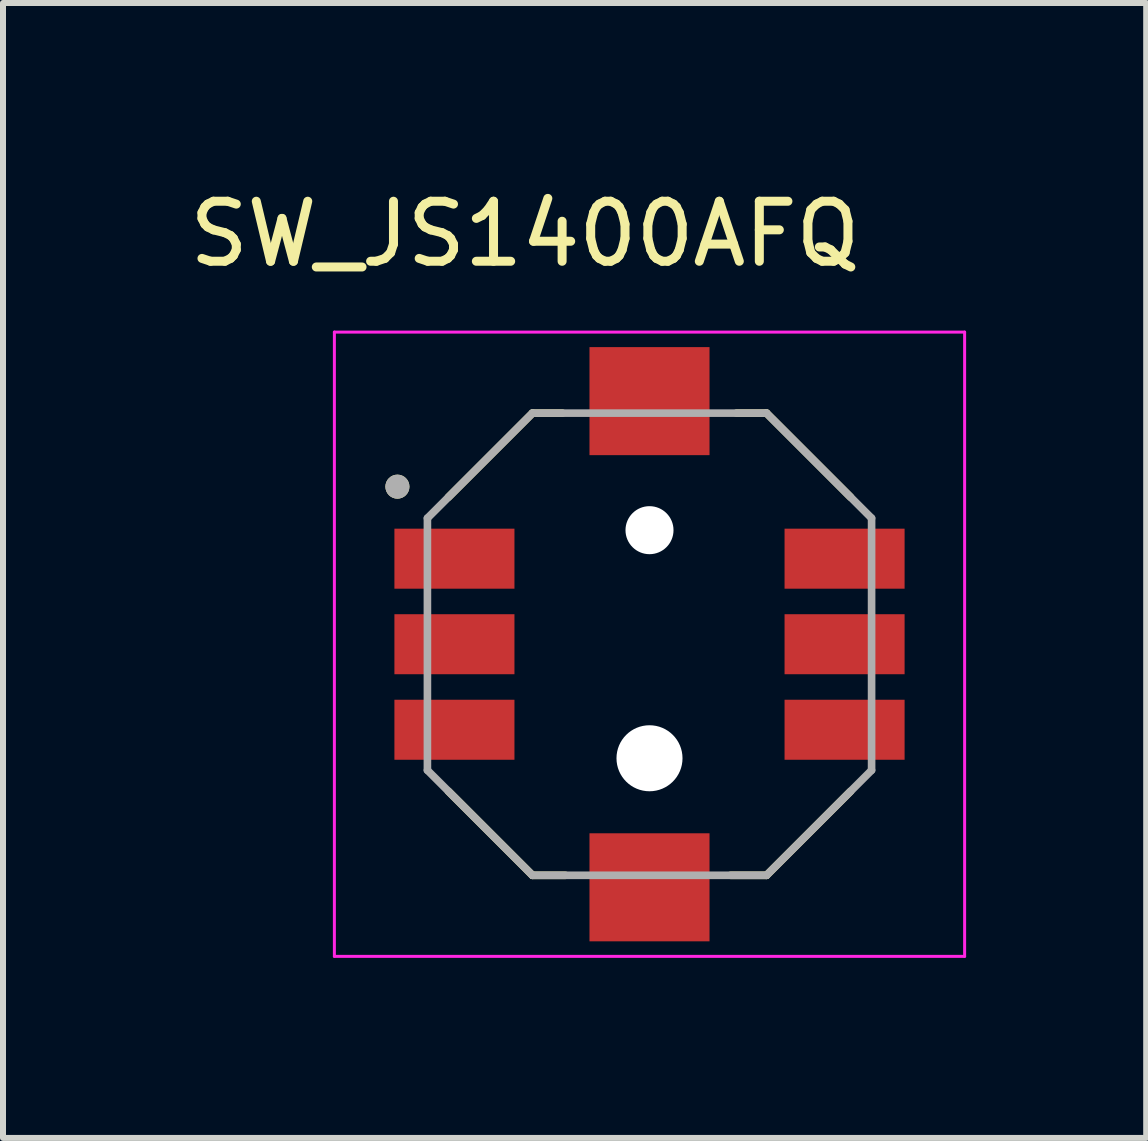
<source format=kicad_pcb>
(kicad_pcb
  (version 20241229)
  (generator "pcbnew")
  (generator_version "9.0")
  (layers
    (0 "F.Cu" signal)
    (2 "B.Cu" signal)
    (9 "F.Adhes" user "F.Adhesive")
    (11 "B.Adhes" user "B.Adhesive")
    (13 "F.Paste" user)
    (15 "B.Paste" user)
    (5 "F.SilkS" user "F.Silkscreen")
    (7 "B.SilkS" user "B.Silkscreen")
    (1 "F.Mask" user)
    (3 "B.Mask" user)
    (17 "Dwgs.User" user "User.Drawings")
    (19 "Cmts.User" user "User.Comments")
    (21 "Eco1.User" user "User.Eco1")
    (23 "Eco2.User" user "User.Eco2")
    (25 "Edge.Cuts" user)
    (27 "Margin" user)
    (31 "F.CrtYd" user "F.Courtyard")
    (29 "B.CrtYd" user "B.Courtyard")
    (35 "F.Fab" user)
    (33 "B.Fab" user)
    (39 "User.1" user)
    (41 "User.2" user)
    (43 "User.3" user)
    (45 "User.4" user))
  (footprint "SW_JS1400AFQ"
    (layer "F.Cu")
    (at 7.771 7.683)
    (property "Reference" "SW_JS1400AFQ" (at -2.075 -6.835 0) (layer "F.SilkS") (effects (font (size 1 1) (thickness 0.15))))
    (attr smd)
    (fp_line (start -1.95 -3.85) (end -3.35 -2.45) (stroke (width 0.127) (type solid)) (layer "F.SilkS"))
    (fp_line (start -1.95 3.85) (end -3.35 2.45) (stroke (width 0.127) (type solid)) (layer "F.SilkS"))
    (fp_line (start -1.45 -3.85) (end -1.95 -3.85) (stroke (width 0.127) (type solid)) (layer "F.SilkS"))
    (fp_line (start -1.4 3.85) (end -1.95 3.85) (stroke (width 0.127) (type solid)) (layer "F.SilkS"))
    (fp_line (start 1.35 3.85) (end 1.95 3.85) (stroke (width 0.127) (type solid)) (layer "F.SilkS"))
    (fp_line (start 1.45 -3.85) (end 1.95 -3.85) (stroke (width 0.127) (type solid)) (layer "F.SilkS"))
    (fp_line (start 1.95 -3.85) (end 3.35 -2.45) (stroke (width 0.127) (type solid)) (layer "F.SilkS"))
    (fp_line (start 1.95 3.85) (end 3.35 2.45) (stroke (width 0.127) (type solid)) (layer "F.SilkS"))
    (fp_circle (center -4.2 -2.625) (end -4.1 -2.625) (stroke (width 0.2) (type solid)) (fill no) (layer "F.SilkS"))
    (fp_line (start -5.25 -5.2) (end -5.25 5.2) (stroke (width 0.05) (type solid)) (layer "F.CrtYd"))
    (fp_line (start -5.25 5.2) (end 5.25 5.2) (stroke (width 0.05) (type solid)) (layer "F.CrtYd"))
    (fp_line (start 5.25 -5.2) (end -5.25 -5.2) (stroke (width 0.05) (type solid)) (layer "F.CrtYd"))
    (fp_line (start 5.25 5.2) (end 5.25 -5.2) (stroke (width 0.05) (type solid)) (layer "F.CrtYd"))
    (fp_line (start -3.7 -2.1) (end -1.95 -3.85) (stroke (width 0.127) (type solid)) (layer "F.Fab"))
    (fp_line (start -3.7 2.1) (end -3.7 -2.1) (stroke (width 0.127) (type solid)) (layer "F.Fab"))
    (fp_line (start -1.95 -3.85) (end 1.95 -3.85) (stroke (width 0.127) (type solid)) (layer "F.Fab"))
    (fp_line (start -1.95 3.85) (end -3.7 2.1) (stroke (width 0.127) (type solid)) (layer "F.Fab"))
    (fp_line (start 1.95 -3.85) (end 3.7 -2.1) (stroke (width 0.127) (type solid)) (layer "F.Fab"))
    (fp_line (start 1.95 3.85) (end -1.95 3.85) (stroke (width 0.127) (type solid)) (layer "F.Fab"))
    (fp_line (start 3.7 -2.1) (end 3.7 2.1) (stroke (width 0.127) (type solid)) (layer "F.Fab"))
    (fp_line (start 3.7 2.1) (end 1.95 3.85) (stroke (width 0.127) (type solid)) (layer "F.Fab"))
    (fp_circle (center -4.2 -2.625) (end -4.1 -2.625) (stroke (width 0.2) (type solid)) (fill no) (layer "F.Fab"))
    (pad "" np_thru_hole circle (at 0 -1.9) (size 0.8 0.8) (drill 0.8) (layers "*.Cu" "*.Mask"))
    (pad "" np_thru_hole circle (at 0 1.9) (size 1.1 1.1) (drill 1.1) (layers "*.Cu" "*.Mask"))
    (pad "1" smd rect (at -3.25 -1.425) (size 2 1) (layers "F.Cu" "F.Mask" "F.Paste"))
    (pad "2" smd rect (at -3.25 0) (size 2 1) (layers "F.Cu" "F.Mask" "F.Paste"))
    (pad "3" smd rect (at -3.25 1.425) (size 2 1) (layers "F.Cu" "F.Mask" "F.Paste"))
    (pad "4" smd rect (at 3.25 -1.425) (size 2 1) (layers "F.Cu" "F.Mask" "F.Paste"))
    (pad "5" smd rect (at 3.25 0) (size 2 1) (layers "F.Cu" "F.Mask" "F.Paste"))
    (pad "6" smd rect (at 3.25 1.425) (size 2 1) (layers "F.Cu" "F.Mask" "F.Paste"))
    (pad "G1" smd rect (at 0 -4.05) (size 2 1.8) (layers "F.Cu" "F.Mask" "F.Paste"))
    (pad "G2" smd rect (at 0 4.05) (size 2 1.8) (layers "F.Cu" "F.Mask" "F.Paste")))
  (gr_rect
    (start -3 -3)
    (end 16.046 15.908)
    (stroke (width 0.1) (type default))
    (fill no)
    (layer "Edge.Cuts")))
</source>
